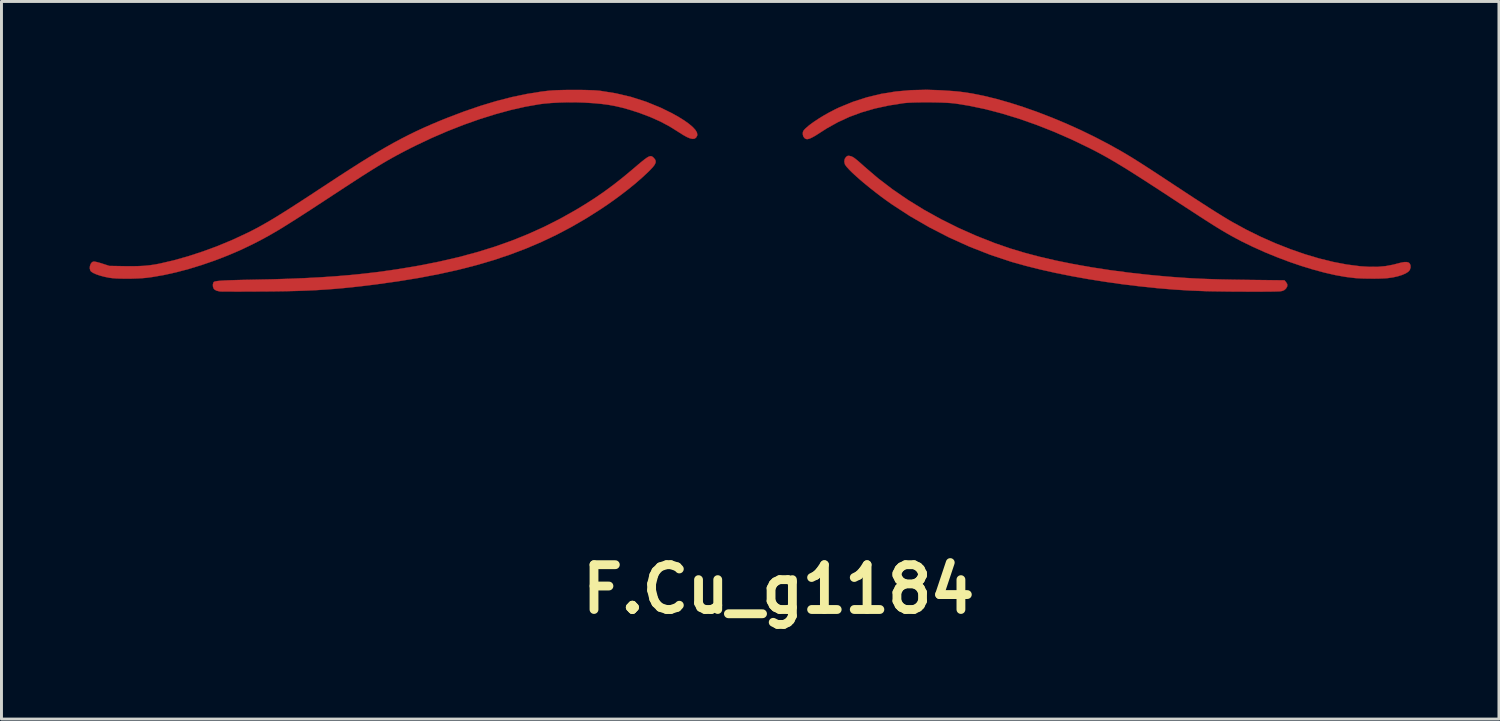
<source format=kicad_pcb>
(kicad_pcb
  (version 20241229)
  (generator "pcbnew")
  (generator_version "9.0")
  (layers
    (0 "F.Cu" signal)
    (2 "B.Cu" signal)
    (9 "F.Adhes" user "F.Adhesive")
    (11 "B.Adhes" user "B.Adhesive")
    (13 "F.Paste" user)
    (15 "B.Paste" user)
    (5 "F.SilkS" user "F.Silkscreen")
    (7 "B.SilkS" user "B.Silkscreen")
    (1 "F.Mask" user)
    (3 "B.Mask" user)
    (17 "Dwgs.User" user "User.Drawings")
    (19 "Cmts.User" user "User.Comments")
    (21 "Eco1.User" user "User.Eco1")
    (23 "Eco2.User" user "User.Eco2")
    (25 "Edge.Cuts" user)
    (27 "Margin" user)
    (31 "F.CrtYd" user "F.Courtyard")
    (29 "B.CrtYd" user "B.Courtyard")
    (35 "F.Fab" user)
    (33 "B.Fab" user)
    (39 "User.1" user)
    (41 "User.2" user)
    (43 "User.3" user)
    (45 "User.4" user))
  (footprint "F.Cu_g1184"
    (layer "F.Cu")
    (at 23.435 16.995)
    (property "Reference" "F.Cu_g1184" (at 0 0 0) (layer "F.SilkS") (effects (font (size 1.524 1.524) (thickness 0.3))))
    (attr through_hole)
    (fp_poly (pts (xy 2.451 -14.733) (xy 2.491 -14.72) (xy 2.533 -14.699) (xy 2.582 -14.667) (xy 2.643 -14.62) (xy 2.721 -14.555) (xy 2.82 -14.468) (xy 2.935 -14.365) (xy 3.388 -13.978) (xy 3.877 -13.605) (xy 4.399 -13.247) (xy 4.95 -12.907) (xy 5.526 -12.588) (xy 6.121 -12.291) (xy 6.734 -12.019) (xy 7.358 -11.773) (xy 7.886 -11.591) (xy 8.364 -11.447) (xy 8.881 -11.31) (xy 9.432 -11.182) (xy 10.015 -11.064) (xy 10.627 -10.955) (xy 11.262 -10.857) (xy 11.919 -10.77) (xy 12.594 -10.695) (xy 12.975 -10.659) (xy 13.278 -10.632) (xy 13.568 -10.61) (xy 13.851 -10.59) (xy 14.134 -10.574) (xy 14.423 -10.56) (xy 14.725 -10.549) (xy 15.047 -10.539) (xy 15.394 -10.532) (xy 15.773 -10.526) (xy 15.999 -10.523) (xy 17.212 -10.509) (xy 17.263 -10.45) (xy 17.306 -10.378) (xy 17.307 -10.308) (xy 17.267 -10.235) (xy 17.254 -10.22) (xy 17.204 -10.176) (xy 17.145 -10.15) (xy 17.08 -10.137) (xy 17.03 -10.133) (xy 16.942 -10.13) (xy 16.821 -10.127) (xy 16.672 -10.125) (xy 16.498 -10.124) (xy 16.304 -10.123) (xy 16.095 -10.123) (xy 15.875 -10.124) (xy 15.649 -10.125) (xy 15.421 -10.126) (xy 15.196 -10.129) (xy 14.979 -10.132) (xy 14.773 -10.135) (xy 14.584 -10.139) (xy 14.541 -10.14) (xy 14.006 -10.161) (xy 13.448 -10.195) (xy 12.876 -10.243) (xy 12.293 -10.304) (xy 11.706 -10.375) (xy 11.121 -10.458) (xy 10.542 -10.55) (xy 9.977 -10.651) (xy 9.43 -10.76) (xy 8.908 -10.877) (xy 8.415 -11) (xy 7.958 -11.128) (xy 7.902 -11.145) (xy 7.194 -11.381) (xy 6.49 -11.657) (xy 5.798 -11.97) (xy 5.123 -12.317) (xy 4.469 -12.695) (xy 3.866 -13.087) (xy 3.68 -13.218) (xy 3.491 -13.356) (xy 3.304 -13.499) (xy 3.121 -13.643) (xy 2.946 -13.785) (xy 2.783 -13.923) (xy 2.635 -14.054) (xy 2.506 -14.173) (xy 2.4 -14.279) (xy 2.319 -14.368) (xy 2.268 -14.437) (xy 2.256 -14.461) (xy 2.237 -14.55) (xy 2.251 -14.636) (xy 2.296 -14.704) (xy 2.31 -14.716) (xy 2.351 -14.741) (xy 2.393 -14.745) (xy 2.451 -14.733)) (stroke (width 0.01) (type solid)) (fill yes) (layer "F.Cu"))
    (fp_poly (pts (xy -4.327 -14.731) (xy -4.293 -14.716) (xy -4.26 -14.689) (xy -4.249 -14.678) (xy -4.202 -14.623) (xy -4.18 -14.568) (xy -4.183 -14.51) (xy -4.214 -14.443) (xy -4.274 -14.363) (xy -4.366 -14.264) (xy -4.42 -14.21) (xy -4.645 -14) (xy -4.902 -13.777) (xy -5.186 -13.549) (xy -5.49 -13.319) (xy -5.807 -13.093) (xy -6.054 -12.927) (xy -6.543 -12.617) (xy -7.038 -12.33) (xy -7.541 -12.064) (xy -8.056 -11.819) (xy -8.585 -11.593) (xy -9.131 -11.386) (xy -9.697 -11.196) (xy -10.287 -11.023) (xy -10.903 -10.865) (xy -11.547 -10.723) (xy -12.224 -10.593) (xy -12.935 -10.477) (xy -13.684 -10.372) (xy -13.769 -10.361) (xy -14.127 -10.317) (xy -14.464 -10.279) (xy -14.786 -10.246) (xy -15.099 -10.218) (xy -15.41 -10.195) (xy -15.725 -10.175) (xy -16.05 -10.16) (xy -16.392 -10.148) (xy -16.756 -10.139) (xy -17.149 -10.133) (xy -17.577 -10.129) (xy -17.642 -10.129) (xy -17.875 -10.128) (xy -18.096 -10.127) (xy -18.302 -10.126) (xy -18.489 -10.126) (xy -18.654 -10.127) (xy -18.792 -10.127) (xy -18.9 -10.128) (xy -18.973 -10.129) (xy -19.007 -10.131) (xy -19.008 -10.131) (xy -19.118 -10.156) (xy -19.191 -10.198) (xy -19.22 -10.235) (xy -19.241 -10.303) (xy -19.242 -10.376) (xy -19.224 -10.436) (xy -19.212 -10.451) (xy -19.188 -10.464) (xy -19.142 -10.476) (xy -19.072 -10.486) (xy -18.974 -10.495) (xy -18.848 -10.503) (xy -18.689 -10.51) (xy -18.496 -10.516) (xy -18.267 -10.522) (xy -17.999 -10.527) (xy -17.875 -10.53) (xy -17.248 -10.543) (xy -16.659 -10.561) (xy -16.103 -10.584) (xy -15.576 -10.612) (xy -15.074 -10.646) (xy -14.593 -10.686) (xy -14.127 -10.733) (xy -13.674 -10.786) (xy -13.228 -10.847) (xy -12.996 -10.881) (xy -12.262 -11.003) (xy -11.565 -11.14) (xy -10.901 -11.293) (xy -10.266 -11.463) (xy -9.658 -11.651) (xy -9.072 -11.859) (xy -8.506 -12.087) (xy -7.956 -12.337) (xy -7.418 -12.61) (xy -6.888 -12.908) (xy -6.578 -13.096) (xy -6.242 -13.311) (xy -5.921 -13.532) (xy -5.604 -13.766) (xy -5.282 -14.02) (xy -4.945 -14.301) (xy -4.911 -14.33) (xy -4.764 -14.456) (xy -4.644 -14.555) (xy -4.548 -14.631) (xy -4.473 -14.684) (xy -4.413 -14.717) (xy -4.366 -14.732) (xy -4.327 -14.731)) (stroke (width 0.01) (type solid)) (fill yes) (layer "F.Cu"))
    (fp_poly (pts (xy -6.792 -16.986) (xy -6.598 -16.983) (xy -6.418 -16.978) (xy -6.262 -16.972) (xy -6.135 -16.963) (xy -6.085 -16.958) (xy -5.54 -16.871) (xy -5.012 -16.746) (xy -4.5 -16.582) (xy -4.005 -16.379) (xy -3.619 -16.189) (xy -3.396 -16.064) (xy -3.204 -15.944) (xy -3.045 -15.83) (xy -2.92 -15.724) (xy -2.83 -15.626) (xy -2.777 -15.538) (xy -2.763 -15.461) (xy -2.77 -15.427) (xy -2.806 -15.364) (xy -2.856 -15.328) (xy -2.924 -15.32) (xy -3.012 -15.339) (xy -3.123 -15.386) (xy -3.259 -15.463) (xy -3.405 -15.556) (xy -3.704 -15.743) (xy -4.015 -15.909) (xy -4.348 -16.058) (xy -4.71 -16.196) (xy -4.826 -16.235) (xy -5.081 -16.316) (xy -5.317 -16.382) (xy -5.544 -16.435) (xy -5.772 -16.477) (xy -6.011 -16.509) (xy -6.27 -16.534) (xy -6.561 -16.552) (xy -6.601 -16.555) (xy -6.88 -16.564) (xy -7.167 -16.565) (xy -7.453 -16.557) (xy -7.727 -16.542) (xy -7.977 -16.52) (xy -8.139 -16.499) (xy -8.615 -16.415) (xy -9.115 -16.302) (xy -9.633 -16.16) (xy -10.166 -15.993) (xy -10.709 -15.801) (xy -11.255 -15.587) (xy -11.801 -15.351) (xy -12.342 -15.095) (xy -12.52 -15.006) (xy -12.69 -14.919) (xy -12.849 -14.836) (xy -13.002 -14.754) (xy -13.153 -14.671) (xy -13.305 -14.585) (xy -13.461 -14.493) (xy -13.627 -14.393) (xy -13.804 -14.284) (xy -13.998 -14.162) (xy -14.211 -14.026) (xy -14.449 -13.872) (xy -14.713 -13.7) (xy -15.009 -13.506) (xy -15.028 -13.494) (xy -15.357 -13.278) (xy -15.654 -13.084) (xy -15.92 -12.91) (xy -16.16 -12.755) (xy -16.376 -12.616) (xy -16.571 -12.493) (xy -16.747 -12.382) (xy -16.907 -12.283) (xy -17.054 -12.194) (xy -17.192 -12.114) (xy -17.321 -12.039) (xy -17.447 -11.97) (xy -17.57 -11.903) (xy -17.694 -11.838) (xy -17.822 -11.772) (xy -17.928 -11.719) (xy -18.332 -11.527) (xy -18.755 -11.347) (xy -19.188 -11.18) (xy -19.627 -11.029) (xy -20.064 -10.895) (xy -20.492 -10.782) (xy -20.906 -10.69) (xy -21.297 -10.622) (xy -21.506 -10.594) (xy -21.656 -10.581) (xy -21.827 -10.572) (xy -22.009 -10.566) (xy -22.193 -10.565) (xy -22.371 -10.567) (xy -22.533 -10.573) (xy -22.671 -10.584) (xy -22.765 -10.596) (xy -22.932 -10.63) (xy -23.083 -10.67) (xy -23.212 -10.714) (xy -23.314 -10.76) (xy -23.383 -10.805) (xy -23.41 -10.836) (xy -23.43 -10.908) (xy -23.426 -10.989) (xy -23.401 -11.064) (xy -23.359 -11.121) (xy -23.314 -11.146) (xy -23.266 -11.145) (xy -23.181 -11.128) (xy -23.065 -11.096) (xy -23.013 -11.079) (xy -22.765 -10.999) (xy -22.257 -10.99) (xy -22.005 -10.988) (xy -21.786 -10.992) (xy -21.591 -11.001) (xy -21.413 -11.018) (xy -21.241 -11.042) (xy -21.071 -11.073) (xy -20.588 -11.185) (xy -20.086 -11.326) (xy -19.575 -11.493) (xy -19.064 -11.682) (xy -18.563 -11.891) (xy -18.079 -12.117) (xy -18.023 -12.144) (xy -17.891 -12.211) (xy -17.761 -12.279) (xy -17.63 -12.35) (xy -17.495 -12.426) (xy -17.353 -12.507) (xy -17.202 -12.597) (xy -17.038 -12.697) (xy -16.858 -12.809) (xy -16.661 -12.933) (xy -16.442 -13.074) (xy -16.199 -13.231) (xy -15.93 -13.406) (xy -15.631 -13.603) (xy -15.346 -13.79) (xy -14.95 -14.05) (xy -14.584 -14.286) (xy -14.245 -14.502) (xy -13.929 -14.698) (xy -13.632 -14.877) (xy -13.352 -15.041) (xy -13.083 -15.192) (xy -12.823 -15.331) (xy -12.567 -15.462) (xy -12.313 -15.586) (xy -12.056 -15.704) (xy -11.794 -15.819) (xy -11.521 -15.934) (xy -11.273 -16.034) (xy -10.689 -16.256) (xy -10.129 -16.447) (xy -9.591 -16.609) (xy -9.069 -16.743) (xy -8.561 -16.849) (xy -8.063 -16.929) (xy -7.821 -16.958) (xy -7.705 -16.968) (xy -7.556 -16.976) (xy -7.383 -16.981) (xy -7.192 -16.985) (xy -6.992 -16.986) (xy -6.792 -16.986)) (stroke (width 0.01) (type solid)) (fill yes) (layer "F.Cu"))
    (fp_poly (pts (xy 5.427 -16.978) (xy 5.588 -16.97) (xy 5.752 -16.959) (xy 5.909 -16.948) (xy 6.048 -16.937) (xy 6.159 -16.926) (xy 6.183 -16.923) (xy 6.569 -16.867) (xy 6.982 -16.784) (xy 7.419 -16.677) (xy 7.876 -16.547) (xy 8.347 -16.396) (xy 8.828 -16.226) (xy 9.316 -16.037) (xy 9.806 -15.832) (xy 10.293 -15.612) (xy 10.773 -15.378) (xy 11.242 -15.133) (xy 11.359 -15.068) (xy 11.482 -14.999) (xy 11.599 -14.934) (xy 11.712 -14.869) (xy 11.824 -14.803) (xy 11.94 -14.733) (xy 12.063 -14.658) (xy 12.195 -14.575) (xy 12.34 -14.483) (xy 12.502 -14.379) (xy 12.684 -14.261) (xy 12.889 -14.127) (xy 13.121 -13.975) (xy 13.383 -13.802) (xy 13.547 -13.694) (xy 13.868 -13.483) (xy 14.156 -13.294) (xy 14.416 -13.126) (xy 14.647 -12.977) (xy 14.855 -12.845) (xy 15.04 -12.73) (xy 15.206 -12.628) (xy 15.354 -12.54) (xy 15.44 -12.49) (xy 15.917 -12.229) (xy 16.407 -11.988) (xy 16.904 -11.768) (xy 17.404 -11.571) (xy 17.902 -11.398) (xy 18.392 -11.252) (xy 18.871 -11.134) (xy 19.333 -11.046) (xy 19.774 -10.989) (xy 19.791 -10.987) (xy 20.106 -10.967) (xy 20.392 -10.969) (xy 20.657 -10.993) (xy 20.907 -11.04) (xy 21.029 -11.072) (xy 21.176 -11.11) (xy 21.29 -11.13) (xy 21.375 -11.13) (xy 21.435 -11.112) (xy 21.463 -11.091) (xy 21.497 -11.029) (xy 21.502 -10.949) (xy 21.477 -10.865) (xy 21.475 -10.862) (xy 21.424 -10.802) (xy 21.336 -10.745) (xy 21.216 -10.693) (xy 21.071 -10.647) (xy 20.906 -10.61) (xy 20.726 -10.584) (xy 20.722 -10.584) (xy 20.6 -10.575) (xy 20.447 -10.569) (xy 20.274 -10.566) (xy 20.092 -10.567) (xy 19.912 -10.57) (xy 19.745 -10.577) (xy 19.611 -10.586) (xy 19.292 -10.625) (xy 18.944 -10.687) (xy 18.572 -10.772) (xy 18.183 -10.877) (xy 17.781 -11) (xy 17.371 -11.14) (xy 16.958 -11.296) (xy 16.548 -11.464) (xy 16.146 -11.644) (xy 15.756 -11.834) (xy 15.562 -11.936) (xy 15.464 -11.989) (xy 15.367 -12.043) (xy 15.27 -12.098) (xy 15.169 -12.157) (xy 15.061 -12.221) (xy 14.943 -12.292) (xy 14.813 -12.373) (xy 14.668 -12.465) (xy 14.505 -12.569) (xy 14.32 -12.688) (xy 14.112 -12.824) (xy 13.876 -12.977) (xy 13.611 -13.15) (xy 13.346 -13.324) (xy 13.013 -13.542) (xy 12.713 -13.737) (xy 12.441 -13.913) (xy 12.195 -14.07) (xy 11.972 -14.212) (xy 11.768 -14.339) (xy 11.58 -14.453) (xy 11.406 -14.557) (xy 11.242 -14.652) (xy 11.085 -14.741) (xy 10.931 -14.825) (xy 10.779 -14.906) (xy 10.624 -14.985) (xy 10.562 -15.016) (xy 9.964 -15.304) (xy 9.363 -15.567) (xy 8.765 -15.802) (xy 8.172 -16.01) (xy 7.589 -16.188) (xy 7.02 -16.336) (xy 6.469 -16.451) (xy 6.011 -16.524) (xy 5.888 -16.537) (xy 5.731 -16.548) (xy 5.55 -16.556) (xy 5.353 -16.561) (xy 5.146 -16.564) (xy 4.94 -16.564) (xy 4.741 -16.562) (xy 4.558 -16.557) (xy 4.399 -16.549) (xy 4.271 -16.538) (xy 4.244 -16.535) (xy 3.741 -16.455) (xy 3.27 -16.352) (xy 2.829 -16.224) (xy 2.414 -16.071) (xy 2.023 -15.891) (xy 1.651 -15.684) (xy 1.491 -15.582) (xy 1.339 -15.484) (xy 1.217 -15.409) (xy 1.12 -15.357) (xy 1.044 -15.325) (xy 0.985 -15.312) (xy 0.938 -15.316) (xy 0.899 -15.336) (xy 0.879 -15.354) (xy 0.84 -15.409) (xy 0.826 -15.477) (xy 0.826 -15.497) (xy 0.829 -15.55) (xy 0.845 -15.592) (xy 0.881 -15.638) (xy 0.926 -15.683) (xy 1.038 -15.78) (xy 1.183 -15.887) (xy 1.352 -16) (xy 1.537 -16.114) (xy 1.733 -16.224) (xy 1.93 -16.326) (xy 2.078 -16.396) (xy 2.539 -16.584) (xy 3.009 -16.735) (xy 3.491 -16.851) (xy 3.988 -16.932) (xy 4.502 -16.978) (xy 5.038 -16.99) (xy 5.427 -16.978)) (stroke (width 0.01) (type solid)) (fill yes) (layer "F.Cu")))
  (gr_rect
    (start -3 -3)
    (end 47.943 21.413)
    (stroke (width 0.1) (type default))
    (fill no)
    (layer "Edge.Cuts")))
</source>
